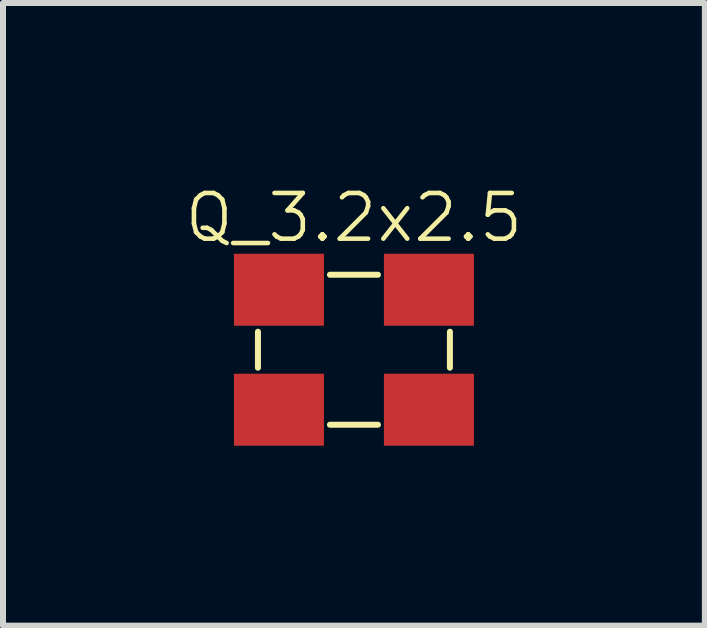
<source format=kicad_pcb>
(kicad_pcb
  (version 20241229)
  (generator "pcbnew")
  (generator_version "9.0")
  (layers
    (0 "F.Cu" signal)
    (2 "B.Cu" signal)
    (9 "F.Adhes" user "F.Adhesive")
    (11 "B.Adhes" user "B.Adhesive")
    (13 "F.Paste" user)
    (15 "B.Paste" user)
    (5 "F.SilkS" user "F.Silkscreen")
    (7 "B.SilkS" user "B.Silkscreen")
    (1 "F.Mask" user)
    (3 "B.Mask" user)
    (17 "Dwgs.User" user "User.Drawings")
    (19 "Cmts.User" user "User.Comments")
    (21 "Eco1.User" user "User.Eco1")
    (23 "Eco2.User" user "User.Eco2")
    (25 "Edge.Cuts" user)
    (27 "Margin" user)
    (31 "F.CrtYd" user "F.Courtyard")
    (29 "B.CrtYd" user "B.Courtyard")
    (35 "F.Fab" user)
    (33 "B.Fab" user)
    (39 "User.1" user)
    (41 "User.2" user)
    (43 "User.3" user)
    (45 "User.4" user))
  (footprint "Q_3.2x2.5"
    (layer "F.Cu")
    (at 2.85 2.78)
    (property "Reference" "Q_3.2x2.5" (at 0 -2.2 0) (layer "F.SilkS") (effects (font (size 0.762 0.762) (thickness 0.076))))
    (attr through_hole)
    (fp_line (start -1.6 0.3) (end -1.6 -0.3) (stroke (width 0.1) (type solid)) (layer "F.SilkS"))
    (fp_line (start -0.4 -1.25) (end 0.4 -1.25) (stroke (width 0.1) (type solid)) (layer "F.SilkS"))
    (fp_line (start -0.4 1.25) (end 0.4 1.25) (stroke (width 0.1) (type solid)) (layer "F.SilkS"))
    (fp_line (start 1.6 -0.3) (end 1.6 0.3) (stroke (width 0.1) (type solid)) (layer "F.SilkS"))
    (pad "1" smd rect (at -1.25 1) (size 1.5 1.2) (layers "F.Cu" "F.Mask" "F.Paste"))
    (pad "2" smd rect (at 1.25 1) (size 1.5 1.2) (layers "F.Cu" "F.Mask" "F.Paste"))
    (pad "3" smd rect (at 1.25 -1) (size 1.5 1.2) (layers "F.Cu" "F.Mask" "F.Paste"))
    (pad "4" smd rect (at -1.25 -1) (size 1.5 1.2) (layers "F.Cu" "F.Mask" "F.Paste")))
  (gr_rect
    (start -3 -3)
    (end 8.7 7.38)
    (stroke (width 0.1) (type default))
    (fill no)
    (layer "Edge.Cuts")))
</source>
